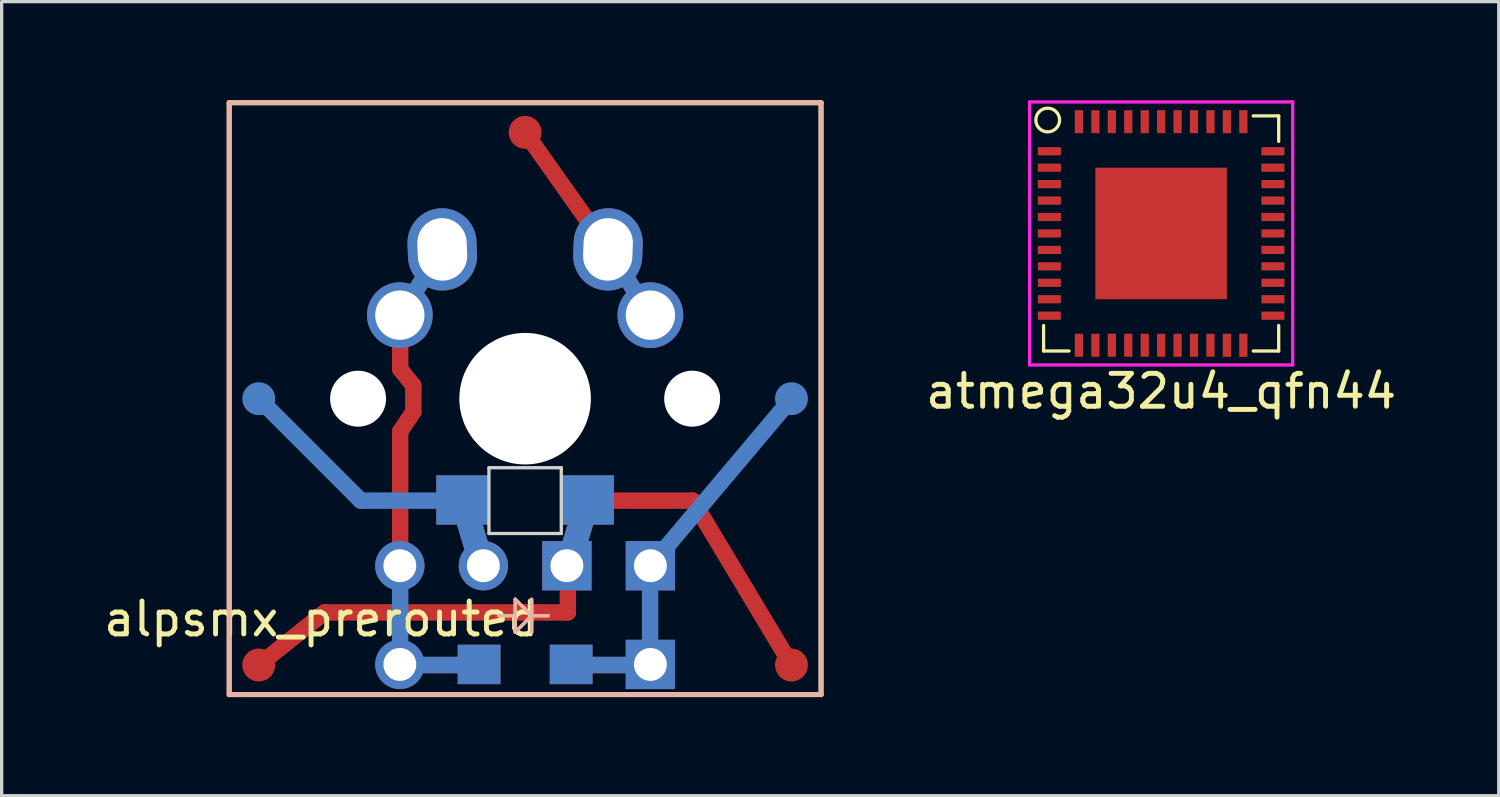
<source format=kicad_pcb>
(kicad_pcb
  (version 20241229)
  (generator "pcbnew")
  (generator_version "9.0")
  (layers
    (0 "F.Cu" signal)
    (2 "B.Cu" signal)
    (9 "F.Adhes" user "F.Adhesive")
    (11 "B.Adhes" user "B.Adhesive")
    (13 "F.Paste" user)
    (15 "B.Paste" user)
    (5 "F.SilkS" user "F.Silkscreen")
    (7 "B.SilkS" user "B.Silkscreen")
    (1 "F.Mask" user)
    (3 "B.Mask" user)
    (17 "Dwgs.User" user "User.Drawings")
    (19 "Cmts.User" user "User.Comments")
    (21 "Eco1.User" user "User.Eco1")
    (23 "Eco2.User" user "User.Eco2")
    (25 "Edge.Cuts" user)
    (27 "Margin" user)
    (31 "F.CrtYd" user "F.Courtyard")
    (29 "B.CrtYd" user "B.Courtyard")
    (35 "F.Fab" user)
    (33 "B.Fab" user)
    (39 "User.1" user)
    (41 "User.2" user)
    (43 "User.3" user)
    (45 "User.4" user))
  (footprint "alpsmx_prerouted"
    (layer "F.Cu")
    (at 12.92 9.075)
    (property "Reference" "alpsmx_prerouted" (at -6.2 6.7 0) (layer "F.SilkS") (effects (font (size 1 1) (thickness 0.15))))
    (attr through_hole)
    (fp_line (start -8.1 8.1) (end -6.1 6.5) (stroke (width 0.5) (type solid)) (layer "F.Cu"))
    (fp_line (start -6.1 6.5) (end 1.3 6.5) (stroke (width 0.5) (type solid)) (layer "F.Cu"))
    (fp_line (start -3.8 -0.9) (end -3.8 -2.5) (stroke (width 0.5) (type solid)) (layer "F.Cu"))
    (fp_line (start -3.8 1) (end -3.4 0.4) (stroke (width 0.5) (type solid)) (layer "F.Cu"))
    (fp_line (start -3.8 5.1) (end -3.8 1) (stroke (width 0.5) (type solid)) (layer "F.Cu"))
    (fp_line (start -3.8 8.1) (end -1.3 8.1) (stroke (width 0.5) (type solid)) (layer "F.Cu"))
    (fp_line (start -3.4 -0.4) (end -3.8 -0.9) (stroke (width 0.5) (type solid)) (layer "F.Cu"))
    (fp_line (start -3.4 0.4) (end -3.4 -0.4) (stroke (width 0.5) (type solid)) (layer "F.Cu"))
    (fp_line (start -2.52 -4.54) (end -3.81 -2.54) (stroke (width 0.5) (type solid)) (layer "F.Cu"))
    (fp_line (start -1.3 5.1) (end -1.9 3.1) (stroke (width 0.75) (type solid)) (layer "F.Cu"))
    (fp_line (start 0 -8.1) (end 2.52 -4.54) (stroke (width 0.5) (type solid)) (layer "F.Cu"))
    (fp_line (start 1.3 5.1) (end 1.9 3.1) (stroke (width 0.75) (type solid)) (layer "F.Cu"))
    (fp_line (start 1.3 6.5) (end 1.3 5.1) (stroke (width 0.5) (type solid)) (layer "F.Cu"))
    (fp_line (start 1.6 3.1) (end 5.1 3.1) (stroke (width 0.5) (type solid)) (layer "F.Cu"))
    (fp_line (start 2.52 -4.54) (end 3.81 -2.54) (stroke (width 0.5) (type solid)) (layer "F.Cu"))
    (fp_line (start 3.8 8.1) (end 1.3 8.1) (stroke (width 0.5) (type solid)) (layer "F.Cu"))
    (fp_line (start 5.1 3.1) (end 8.1 8.1) (stroke (width 0.5) (type solid)) (layer "F.Cu"))
    (fp_line (start -5 3.1) (end -8.1 0) (stroke (width 0.5) (type solid)) (layer "B.Cu"))
    (fp_line (start -5 3.1) (end -1.6 3.1) (stroke (width 0.5) (type solid)) (layer "B.Cu"))
    (fp_line (start -3.8 8.1) (end -3.8 5.1) (stroke (width 0.5) (type solid)) (layer "B.Cu"))
    (fp_line (start -3.8 8.1) (end -1.3 8.1) (stroke (width 0.5) (type solid)) (layer "B.Cu"))
    (fp_line (start -2.52 -4.54) (end -3.81 -2.54) (stroke (width 0.5) (type solid)) (layer "B.Cu"))
    (fp_line (start -1.9 3.1) (end -1.3 5.1) (stroke (width 0.75) (type solid)) (layer "B.Cu"))
    (fp_line (start 1.9 3.1) (end 1.3 5.1) (stroke (width 0.75) (type solid)) (layer "B.Cu"))
    (fp_line (start 2.52 -4.54) (end 3.81 -2.54) (stroke (width 0.5) (type solid)) (layer "B.Cu"))
    (fp_line (start 3.8 5.1) (end 8.1 0) (stroke (width 0.5) (type solid)) (layer "B.Cu"))
    (fp_line (start 3.8 8.1) (end 1.3 8.1) (stroke (width 0.5) (type solid)) (layer "B.Cu"))
    (fp_line (start 3.8 8.1) (end 3.8 5.1) (stroke (width 0.5) (type solid)) (layer "B.Cu"))
    (fp_line (start -9 -9) (end 9 -9) (stroke (width 0.15) (type solid)) (layer "F.SilkS"))
    (fp_line (start -9 9) (end -9 -9) (stroke (width 0.15) (type solid)) (layer "F.SilkS"))
    (fp_line (start -0.3 6.1) (end 0.2 6.6) (stroke (width 0.1) (type solid)) (layer "F.SilkS"))
    (fp_line (start -0.3 6.6) (end -0.8 6.6) (stroke (width 0.1) (type solid)) (layer "F.SilkS"))
    (fp_line (start -0.3 7.1) (end -0.3 6.1) (stroke (width 0.1) (type solid)) (layer "F.SilkS"))
    (fp_line (start 0.2 6.1) (end 0.2 7.1) (stroke (width 0.1) (type solid)) (layer "F.SilkS"))
    (fp_line (start 0.2 6.6) (end -0.3 7.1) (stroke (width 0.1) (type solid)) (layer "F.SilkS"))
    (fp_line (start 0.2 6.6) (end 0.7 6.6) (stroke (width 0.1) (type solid)) (layer "F.SilkS"))
    (fp_line (start 9 -9) (end 9 9) (stroke (width 0.15) (type solid)) (layer "F.SilkS"))
    (fp_line (start 9 9) (end -9 9) (stroke (width 0.15) (type solid)) (layer "F.SilkS"))
    (fp_line (start -9 -9) (end 9 -9) (stroke (width 0.15) (type solid)) (layer "B.SilkS"))
    (fp_line (start -9 9) (end -9 -9) (stroke (width 0.15) (type solid)) (layer "B.SilkS"))
    (fp_line (start -0.3 6.1) (end 0.2 6.6) (stroke (width 0.1) (type solid)) (layer "B.SilkS"))
    (fp_line (start -0.3 6.6) (end -0.8 6.6) (stroke (width 0.1) (type solid)) (layer "B.SilkS"))
    (fp_line (start -0.3 7.1) (end -0.3 6.1) (stroke (width 0.1) (type solid)) (layer "B.SilkS"))
    (fp_line (start 0.2 6.1) (end 0.2 7.1) (stroke (width 0.1) (type solid)) (layer "B.SilkS"))
    (fp_line (start 0.2 6.6) (end -0.3 7.1) (stroke (width 0.1) (type solid)) (layer "B.SilkS"))
    (fp_line (start 0.2 6.6) (end 0.7 6.6) (stroke (width 0.1) (type solid)) (layer "B.SilkS"))
    (fp_line (start 9 -9) (end 9 9) (stroke (width 0.15) (type solid)) (layer "B.SilkS"))
    (fp_line (start 9 9) (end -9 9) (stroke (width 0.15) (type solid)) (layer "B.SilkS"))
    (fp_line (start -7.75 -6.4) (end 7.75 -6.4) (stroke (width 0.15) (type solid)) (layer "Eco1.User"))
    (fp_line (start -7.75 6.4) (end -7.75 -6.4) (stroke (width 0.15) (type solid)) (layer "Eco1.User"))
    (fp_line (start 7.75 -6.4) (end 7.75 6.4) (stroke (width 0.15) (type solid)) (layer "Eco1.User"))
    (fp_line (start 7.75 6.4) (end -7.75 6.4) (stroke (width 0.15) (type solid)) (layer "Eco1.User"))
    (fp_line (start -8 -6) (end -8 -3) (stroke (width 0.15) (type solid)) (layer "Eco2.User"))
    (fp_line (start -8 -6) (end -7 -6) (stroke (width 0.15) (type solid)) (layer "Eco2.User"))
    (fp_line (start -8 -3) (end -7 -3) (stroke (width 0.15) (type solid)) (layer "Eco2.User"))
    (fp_line (start -8 3) (end -7 3) (stroke (width 0.15) (type solid)) (layer "Eco2.User"))
    (fp_line (start -8 6) (end -8 3) (stroke (width 0.15) (type solid)) (layer "Eco2.User"))
    (fp_line (start -8 6) (end -7 6) (stroke (width 0.15) (type solid)) (layer "Eco2.User"))
    (fp_line (start -7 -7) (end -7 -6) (stroke (width 0.15) (type solid)) (layer "Eco2.User"))
    (fp_line (start -7 -7) (end 7 -7) (stroke (width 0.15) (type solid)) (layer "Eco2.User"))
    (fp_line (start -7 -3) (end -7 3) (stroke (width 0.15) (type solid)) (layer "Eco2.User"))
    (fp_line (start -7 7) (end -7 6) (stroke (width 0.15) (type solid)) (layer "Eco2.User"))
    (fp_line (start 7 -7) (end 7 -6) (stroke (width 0.15) (type solid)) (layer "Eco2.User"))
    (fp_line (start 7 -6) (end 8 -6) (stroke (width 0.15) (type solid)) (layer "Eco2.User"))
    (fp_line (start 7 -3) (end 7 3) (stroke (width 0.15) (type solid)) (layer "Eco2.User"))
    (fp_line (start 7 -3) (end 8 -3) (stroke (width 0.15) (type solid)) (layer "Eco2.User"))
    (fp_line (start 7 3) (end 8 3) (stroke (width 0.15) (type solid)) (layer "Eco2.User"))
    (fp_line (start 7 6) (end 8 6) (stroke (width 0.15) (type solid)) (layer "Eco2.User"))
    (fp_line (start 7 7) (end -7 7) (stroke (width 0.15) (type solid)) (layer "Eco2.User"))
    (fp_line (start 7 7) (end 7 6) (stroke (width 0.15) (type solid)) (layer "Eco2.User"))
    (fp_line (start 8 -6) (end 8 -3) (stroke (width 0.15) (type solid)) (layer "Eco2.User"))
    (fp_line (start 8 6) (end 8 3) (stroke (width 0.15) (type solid)) (layer "Eco2.User"))
    (fp_line (start -1.1 2.1) (end 1.1 2.1) (stroke (width 0.1) (type solid)) (layer "Edge.Cuts"))
    (fp_line (start -1.1 4.1) (end -1.1 2.1) (stroke (width 0.1) (type solid)) (layer "Edge.Cuts"))
    (fp_line (start 1.1 2.1) (end 1.1 4.1) (stroke (width 0.1) (type solid)) (layer "Edge.Cuts"))
    (fp_line (start 1.1 4.1) (end -1.1 4.1) (stroke (width 0.1) (type solid)) (layer "Edge.Cuts"))
    (pad "" smd circle (at -8.1 0) (size 1 1) (layers "B.Cu" "B.Mask" "B.Paste"))
    (pad "" smd circle (at -8.1 8.1) (size 1 1) (layers "F.Cu" "F.Mask" "F.Paste"))
    (pad "" np_thru_hole circle (at -5.08 0) (size 1.702 1.702) (drill 1.702) (layers "*.Cu"))
    (pad "" thru_hole circle (at -3.81 -2.54) (size 2 2) (drill 1.5) (layers "*.Cu" "*.Mask"))
    (pad "" thru_hole circle (at -3.81 5.08) (size 1.5 1.5) (drill 1) (layers "*.Cu" "*.Mask"))
    (pad "" thru_hole circle (at -3.81 8.082) (size 1.5 1.5) (drill 1) (layers "*.Cu" "*.Mask"))
    (pad "" thru_hole oval (at -2.52 -4.54 2.2) (size 2.1 2.5) (drill oval 1.5 1.9) (layers "*.Cu" "*.Mask"))
    (pad "" smd rect (at -1.9 3.08) (size 1.6 1.5) (layers "*.Cu" "*.Paste" "*.Mask"))
    (pad "" smd rect (at -1.4 8.082) (size 1.3 1.2) (layers "*.Cu" "*.Paste" "*.Mask"))
    (pad "" thru_hole circle (at -1.27 5.08) (size 1.5 1.5) (drill 1) (layers "*.Cu" "*.Mask"))
    (pad "" smd circle (at 0 -8.1) (size 1 1) (layers "F.Cu" "F.Mask" "F.Paste"))
    (pad "" np_thru_hole circle (at 0 0) (size 4 4) (drill 4) (layers "*.Cu"))
    (pad "" thru_hole rect (at 1.27 5.08) (size 1.5 1.5) (drill 1) (layers "*.Cu" "*.Mask"))
    (pad "" smd rect (at 1.4 8.082) (size 1.3 1.2) (layers "*.Cu" "*.Paste" "*.Mask"))
    (pad "" smd rect (at 1.9 3.08) (size 1.6 1.5) (layers "*.Cu" "*.Paste" "*.Mask"))
    (pad "" thru_hole oval (at 2.52 -4.54 357.8) (size 2.1 2.5) (drill oval 1.5 1.9) (layers "*.Cu" "*.Mask"))
    (pad "" thru_hole circle (at 3.81 -2.54) (size 2 2) (drill 1.5) (layers "*.Cu" "*.Mask"))
    (pad "" thru_hole rect (at 3.81 5.08) (size 1.5 1.5) (drill 1) (layers "*.Cu" "*.Mask"))
    (pad "" thru_hole rect (at 3.81 8.082) (size 1.5 1.5) (drill 1) (layers "*.Cu" "*.Mask"))
    (pad "" np_thru_hole circle (at 5.08 0) (size 1.702 1.702) (drill 1.702) (layers "*.Cu"))
    (pad "" smd circle (at 8.1 0) (size 1 1) (layers "B.Cu" "B.Mask" "B.Paste"))
    (pad "" smd circle (at 8.1 8.1) (size 1 1) (layers "F.Cu" "F.Mask" "F.Paste")))
  (footprint "atmega32u4_qfn44"
    (layer "F.Cu")
    (at 32.263 4.05)
    (property "Reference" "atmega32u4_qfn44" (at 0 4.8 0) (layer "F.SilkS") (effects (font (size 1 1) (thickness 0.15))))
    (attr smd)
    (fp_line (start -3.575 3.575) (end -3.575 2.8) (stroke (width 0.1) (type solid)) (layer "F.SilkS"))
    (fp_line (start -3.575 3.575) (end -2.8 3.575) (stroke (width 0.1) (type solid)) (layer "F.SilkS"))
    (fp_line (start 3.575 -3.575) (end 2.8 -3.575) (stroke (width 0.1) (type solid)) (layer "F.SilkS"))
    (fp_line (start 3.575 -3.575) (end 3.575 -2.8) (stroke (width 0.1) (type solid)) (layer "F.SilkS"))
    (fp_line (start 3.575 3.575) (end 2.8 3.575) (stroke (width 0.1) (type solid)) (layer "F.SilkS"))
    (fp_line (start 3.575 3.575) (end 3.575 2.8) (stroke (width 0.1) (type solid)) (layer "F.SilkS"))
    (fp_circle (center -3.45 -3.45) (end -3.75 -3.65) (stroke (width 0.1) (type solid)) (fill no) (layer "F.SilkS"))
    (fp_line (start -4 -4) (end -4 4) (stroke (width 0.1) (type solid)) (layer "F.CrtYd"))
    (fp_line (start -4 -4) (end 4 -4) (stroke (width 0.1) (type solid)) (layer "F.CrtYd"))
    (fp_line (start -4 4) (end 4 4) (stroke (width 0.1) (type solid)) (layer "F.CrtYd"))
    (fp_line (start 4 -4) (end 4 4) (stroke (width 0.1) (type solid)) (layer "F.CrtYd"))
    (pad "1" smd rect (at -3.4 -2.5) (size 0.7 0.25) (layers "F.Cu" "F.Mask" "F.Paste"))
    (pad "2" smd rect (at -3.4 -2) (size 0.7 0.25) (layers "F.Cu" "F.Mask" "F.Paste"))
    (pad "3" smd rect (at -3.4 -1.5) (size 0.7 0.25) (layers "F.Cu" "F.Mask" "F.Paste"))
    (pad "4" smd rect (at -3.4 -1) (size 0.7 0.25) (layers "F.Cu" "F.Mask" "F.Paste"))
    (pad "5" smd rect (at -3.4 -0.5) (size 0.7 0.25) (layers "F.Cu" "F.Mask" "F.Paste"))
    (pad "6" smd rect (at -3.4 0) (size 0.7 0.25) (layers "F.Cu" "F.Mask" "F.Paste"))
    (pad "7" smd rect (at -3.4 0.5) (size 0.7 0.25) (layers "F.Cu" "F.Mask" "F.Paste"))
    (pad "8" smd rect (at -3.4 1) (size 0.7 0.25) (layers "F.Cu" "F.Mask" "F.Paste"))
    (pad "9" smd rect (at -3.4 1.5) (size 0.7 0.25) (layers "F.Cu" "F.Mask" "F.Paste"))
    (pad "10" smd rect (at -3.4 2) (size 0.7 0.25) (layers "F.Cu" "F.Mask" "F.Paste"))
    (pad "11" smd rect (at -3.4 2.5) (size 0.7 0.25) (layers "F.Cu" "F.Mask" "F.Paste"))
    (pad "12" smd rect (at -2.5 3.4 90) (size 0.7 0.25) (layers "F.Cu" "F.Mask" "F.Paste"))
    (pad "13" smd rect (at -2 3.4 90) (size 0.7 0.25) (layers "F.Cu" "F.Mask" "F.Paste"))
    (pad "14" smd rect (at -1.5 3.4 90) (size 0.7 0.25) (layers "F.Cu" "F.Mask" "F.Paste"))
    (pad "15" smd rect (at -1 3.4 90) (size 0.7 0.25) (layers "F.Cu" "F.Mask" "F.Paste"))
    (pad "16" smd rect (at -0.5 3.4 90) (size 0.7 0.25) (layers "F.Cu" "F.Mask" "F.Paste"))
    (pad "17" smd rect (at 0 3.4 90) (size 0.7 0.25) (layers "F.Cu" "F.Mask" "F.Paste"))
    (pad "18" smd rect (at 0.5 3.4 90) (size 0.7 0.25) (layers "F.Cu" "F.Mask" "F.Paste"))
    (pad "19" smd rect (at 1 3.4 90) (size 0.7 0.25) (layers "F.Cu" "F.Mask" "F.Paste"))
    (pad "20" smd rect (at 1.5 3.4 90) (size 0.7 0.25) (layers "F.Cu" "F.Mask" "F.Paste"))
    (pad "21" smd rect (at 2 3.4 90) (size 0.7 0.25) (layers "F.Cu" "F.Mask" "F.Paste"))
    (pad "22" smd rect (at 2.5 3.4 90) (size 0.7 0.25) (layers "F.Cu" "F.Mask" "F.Paste"))
    (pad "23" smd rect (at 3.4 2.5) (size 0.7 0.25) (layers "F.Cu" "F.Mask" "F.Paste"))
    (pad "24" smd rect (at 3.4 2) (size 0.7 0.25) (layers "F.Cu" "F.Mask" "F.Paste"))
    (pad "25" smd rect (at 3.4 1.5) (size 0.7 0.25) (layers "F.Cu" "F.Mask" "F.Paste"))
    (pad "26" smd rect (at 3.4 1) (size 0.7 0.25) (layers "F.Cu" "F.Mask" "F.Paste"))
    (pad "27" smd rect (at 3.4 0.5) (size 0.7 0.25) (layers "F.Cu" "F.Mask" "F.Paste"))
    (pad "28" smd rect (at 3.4 0) (size 0.7 0.25) (layers "F.Cu" "F.Mask" "F.Paste"))
    (pad "29" smd rect (at 3.4 -0.5) (size 0.7 0.25) (layers "F.Cu" "F.Mask" "F.Paste"))
    (pad "30" smd rect (at 3.4 -1) (size 0.7 0.25) (layers "F.Cu" "F.Mask" "F.Paste"))
    (pad "31" smd rect (at 3.4 -1.5) (size 0.7 0.25) (layers "F.Cu" "F.Mask" "F.Paste"))
    (pad "32" smd rect (at 3.4 -2) (size 0.7 0.25) (layers "F.Cu" "F.Mask" "F.Paste"))
    (pad "33" smd rect (at 3.4 -2.5) (size 0.7 0.25) (layers "F.Cu" "F.Mask" "F.Paste"))
    (pad "34" smd rect (at 2.5 -3.4 90) (size 0.7 0.25) (layers "F.Cu" "F.Mask" "F.Paste"))
    (pad "35" smd rect (at 2 -3.4 90) (size 0.7 0.25) (layers "F.Cu" "F.Mask" "F.Paste"))
    (pad "36" smd rect (at 1.5 -3.4 90) (size 0.7 0.25) (layers "F.Cu" "F.Mask" "F.Paste"))
    (pad "37" smd rect (at 1 -3.4 90) (size 0.7 0.25) (layers "F.Cu" "F.Mask" "F.Paste"))
    (pad "38" smd rect (at 0.5 -3.4 90) (size 0.7 0.25) (layers "F.Cu" "F.Mask" "F.Paste"))
    (pad "39" smd rect (at 0 -3.4 90) (size 0.7 0.25) (layers "F.Cu" "F.Mask" "F.Paste"))
    (pad "40" smd rect (at -0.5 -3.4 90) (size 0.7 0.25) (layers "F.Cu" "F.Mask" "F.Paste"))
    (pad "41" smd rect (at -1 -3.4 90) (size 0.7 0.25) (layers "F.Cu" "F.Mask" "F.Paste"))
    (pad "42" smd rect (at -1.5 -3.4 90) (size 0.7 0.25) (layers "F.Cu" "F.Mask" "F.Paste"))
    (pad "43" smd rect (at -2 -3.4 90) (size 0.7 0.25) (layers "F.Cu" "F.Mask" "F.Paste"))
    (pad "44" smd rect (at -2.5 -3.4 90) (size 0.7 0.25) (layers "F.Cu" "F.Mask" "F.Paste"))
    (pad "45" smd rect (at 0 0) (size 4 4) (layers "F.Cu" "F.Mask" "F.Paste")))
  (gr_rect
    (start -3 -3)
    (end 42.531 21.15)
    (stroke (width 0.1) (type default))
    (fill no)
    (layer "Edge.Cuts")))
</source>
